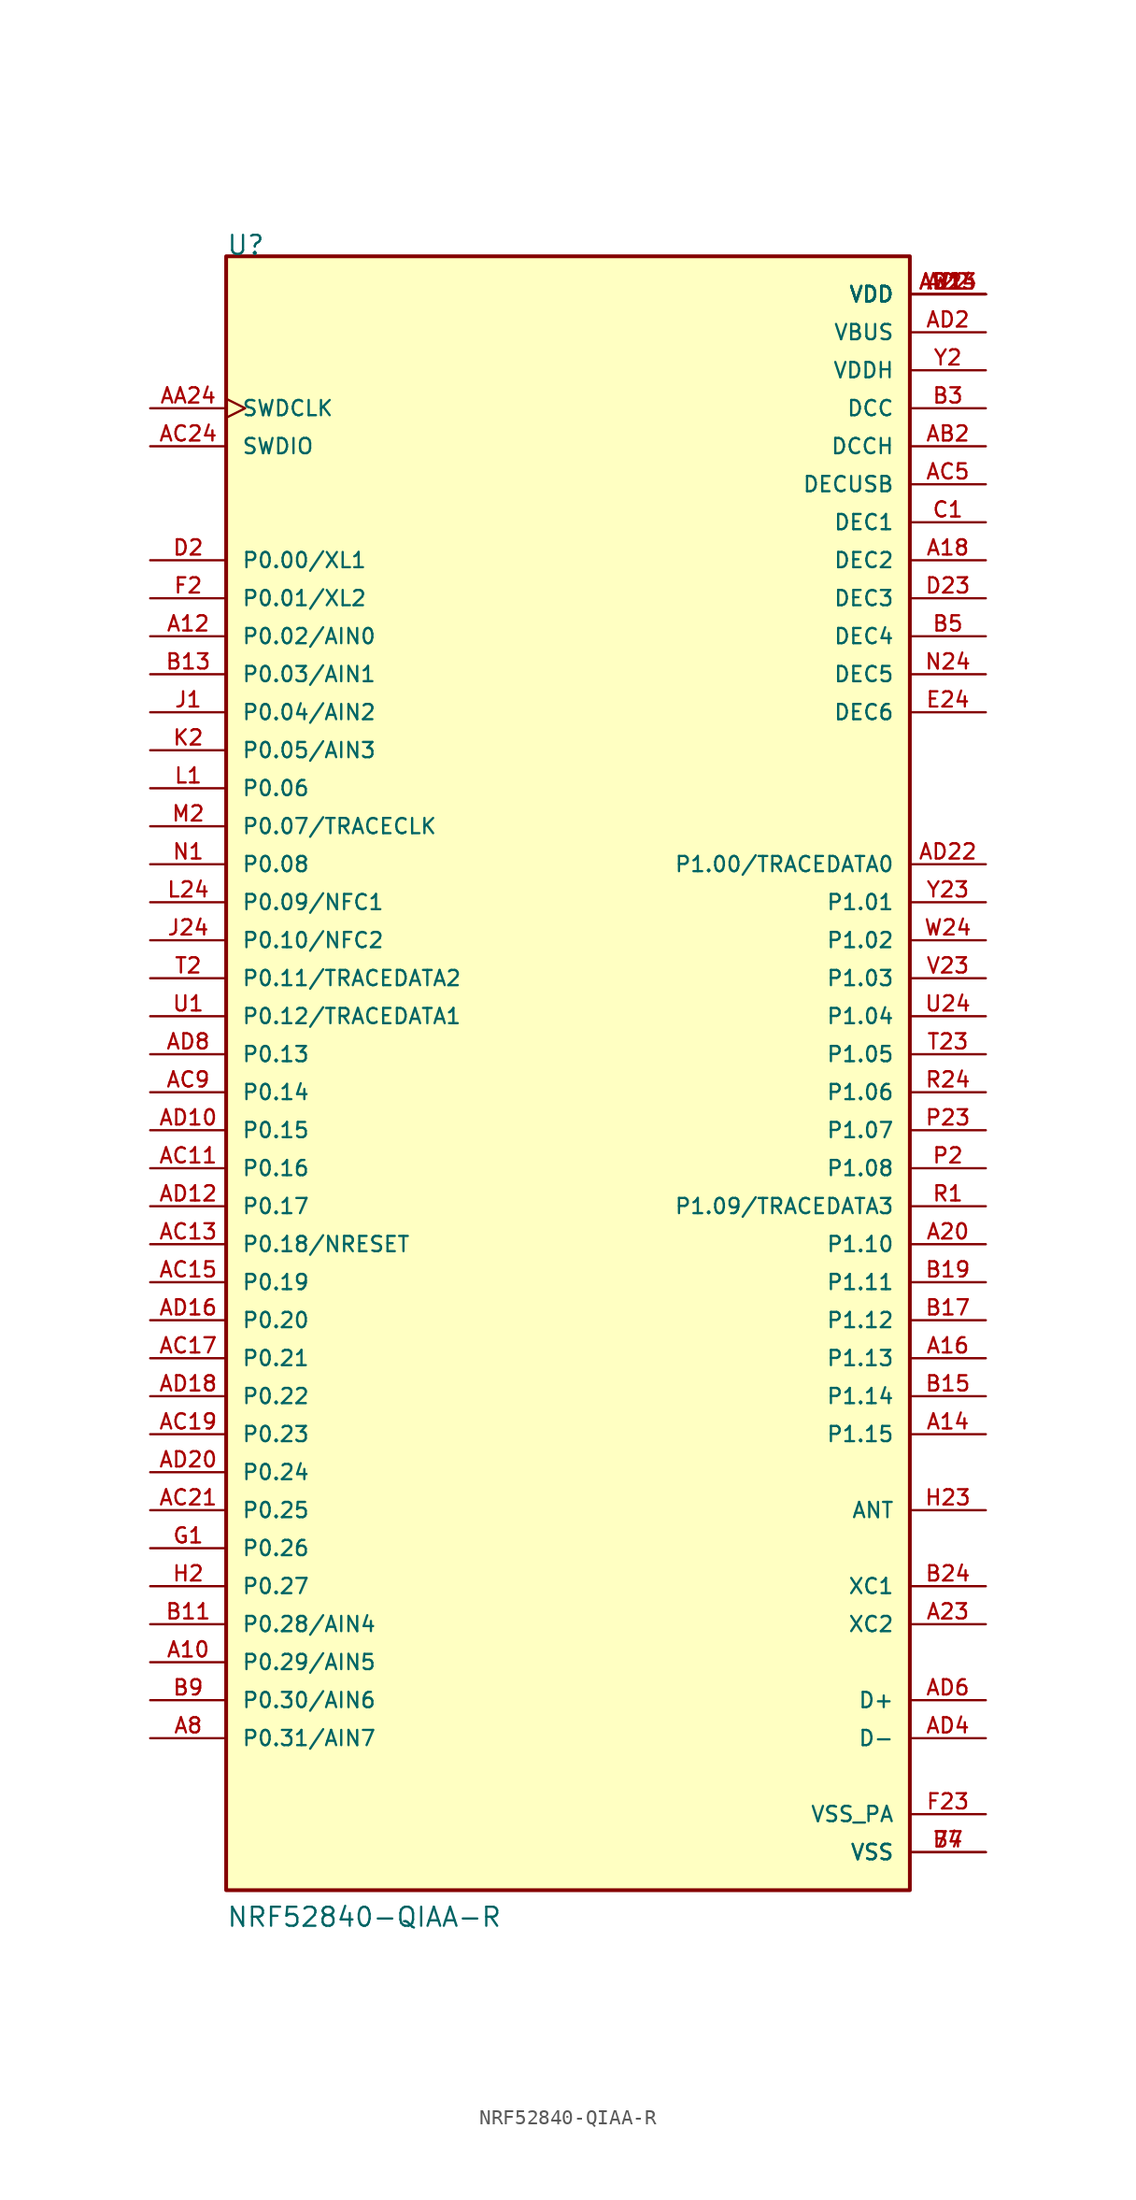
<source format=kicad_sym>
(kicad_symbol_lib
  (version 20211014)
  (generator kicad_symbol_editor)
  (symbol "NRF52840-QIAA-R"
    (pin_names
      (offset 1.016))
    (property "Reference" "U"
      (at -22.86 53.34 0)
      (effects (font (size 1.27 1.27)) (justify bottom left)))
    (property "Value" "NRF52840-QIAA-R"
      (at -22.86 -58.42 0)
      (effects (font (size 1.27 1.27)) (justify bottom left)))
    (symbol "NRF52840-QIAA-R_0_0"
      (rectangle (start -22.86 -55.88) (end 22.86 53.34) (stroke (width 0.254)) (fill (type background)))
      (pin bidirectional line (at -27.94 40.64 0) (length 5.08) (name "SWDIO" (effects (font (size 1.016 1.016)))) (number "AC24" (effects (font (size 1.016 1.016)))))
      (pin bidirectional line (at -27.94 33.02 0) (length 5.08) (name "P0.00/XL1" (effects (font (size 1.016 1.016)))) (number "D2" (effects (font (size 1.016 1.016)))))
      (pin bidirectional line (at -27.94 30.48 0) (length 5.08) (name "P0.01/XL2" (effects (font (size 1.016 1.016)))) (number "F2" (effects (font (size 1.016 1.016)))))
      (pin bidirectional line (at -27.94 27.94 0) (length 5.08) (name "P0.02/AIN0" (effects (font (size 1.016 1.016)))) (number "A12" (effects (font (size 1.016 1.016)))))
      (pin bidirectional line (at -27.94 25.4 0) (length 5.08) (name "P0.03/AIN1" (effects (font (size 1.016 1.016)))) (number "B13" (effects (font (size 1.016 1.016)))))
      (pin bidirectional line (at -27.94 22.86 0) (length 5.08) (name "P0.04/AIN2" (effects (font (size 1.016 1.016)))) (number "J1" (effects (font (size 1.016 1.016)))))
      (pin bidirectional line (at -27.94 20.32 0) (length 5.08) (name "P0.05/AIN3" (effects (font (size 1.016 1.016)))) (number "K2" (effects (font (size 1.016 1.016)))))
      (pin bidirectional line (at -27.94 17.78 0) (length 5.08) (name "P0.06" (effects (font (size 1.016 1.016)))) (number "L1" (effects (font (size 1.016 1.016)))))
      (pin bidirectional line (at -27.94 15.24 0) (length 5.08) (name "P0.07/TRACECLK" (effects (font (size 1.016 1.016)))) (number "M2" (effects (font (size 1.016 1.016)))))
      (pin bidirectional line (at -27.94 12.7 0) (length 5.08) (name "P0.08" (effects (font (size 1.016 1.016)))) (number "N1" (effects (font (size 1.016 1.016)))))
      (pin bidirectional line (at -27.94 10.16 0) (length 5.08) (name "P0.09/NFC1" (effects (font (size 1.016 1.016)))) (number "L24" (effects (font (size 1.016 1.016)))))
      (pin bidirectional line (at -27.94 7.62 0) (length 5.08) (name "P0.10/NFC2" (effects (font (size 1.016 1.016)))) (number "J24" (effects (font (size 1.016 1.016)))))
      (pin bidirectional line (at -27.94 5.08 0) (length 5.08) (name "P0.11/TRACEDATA2" (effects (font (size 1.016 1.016)))) (number "T2" (effects (font (size 1.016 1.016)))))
      (pin bidirectional line (at -27.94 2.54 0) (length 5.08) (name "P0.12/TRACEDATA1" (effects (font (size 1.016 1.016)))) (number "U1" (effects (font (size 1.016 1.016)))))
      (pin bidirectional line (at -27.94 0.0 0) (length 5.08) (name "P0.13" (effects (font (size 1.016 1.016)))) (number "AD8" (effects (font (size 1.016 1.016)))))
      (pin bidirectional line (at -27.94 -2.54 0) (length 5.08) (name "P0.14" (effects (font (size 1.016 1.016)))) (number "AC9" (effects (font (size 1.016 1.016)))))
      (pin bidirectional line (at -27.94 -5.08 0) (length 5.08) (name "P0.15" (effects (font (size 1.016 1.016)))) (number "AD10" (effects (font (size 1.016 1.016)))))
      (pin bidirectional line (at -27.94 -7.62 0) (length 5.08) (name "P0.16" (effects (font (size 1.016 1.016)))) (number "AC11" (effects (font (size 1.016 1.016)))))
      (pin bidirectional line (at -27.94 -10.16 0) (length 5.08) (name "P0.17" (effects (font (size 1.016 1.016)))) (number "AD12" (effects (font (size 1.016 1.016)))))
      (pin bidirectional line (at -27.94 -12.7 0) (length 5.08) (name "P0.18/NRESET" (effects (font (size 1.016 1.016)))) (number "AC13" (effects (font (size 1.016 1.016)))))
      (pin bidirectional line (at -27.94 -15.24 0) (length 5.08) (name "P0.19" (effects (font (size 1.016 1.016)))) (number "AC15" (effects (font (size 1.016 1.016)))))
      (pin bidirectional line (at -27.94 -17.78 0) (length 5.08) (name "P0.20" (effects (font (size 1.016 1.016)))) (number "AD16" (effects (font (size 1.016 1.016)))))
      (pin bidirectional line (at -27.94 -20.32 0) (length 5.08) (name "P0.21" (effects (font (size 1.016 1.016)))) (number "AC17" (effects (font (size 1.016 1.016)))))
      (pin bidirectional line (at -27.94 -22.86 0) (length 5.08) (name "P0.22" (effects (font (size 1.016 1.016)))) (number "AD18" (effects (font (size 1.016 1.016)))))
      (pin bidirectional line (at -27.94 -25.4 0) (length 5.08) (name "P0.23" (effects (font (size 1.016 1.016)))) (number "AC19" (effects (font (size 1.016 1.016)))))
      (pin bidirectional line (at -27.94 -27.94 0) (length 5.08) (name "P0.24" (effects (font (size 1.016 1.016)))) (number "AD20" (effects (font (size 1.016 1.016)))))
      (pin bidirectional line (at -27.94 -30.48 0) (length 5.08) (name "P0.25" (effects (font (size 1.016 1.016)))) (number "AC21" (effects (font (size 1.016 1.016)))))
      (pin bidirectional line (at -27.94 -33.02 0) (length 5.08) (name "P0.26" (effects (font (size 1.016 1.016)))) (number "G1" (effects (font (size 1.016 1.016)))))
      (pin bidirectional line (at -27.94 -35.56 0) (length 5.08) (name "P0.27" (effects (font (size 1.016 1.016)))) (number "H2" (effects (font (size 1.016 1.016)))))
      (pin bidirectional line (at -27.94 -38.1 0) (length 5.08) (name "P0.28/AIN4" (effects (font (size 1.016 1.016)))) (number "B11" (effects (font (size 1.016 1.016)))))
      (pin bidirectional line (at -27.94 -40.64 0) (length 5.08) (name "P0.29/AIN5" (effects (font (size 1.016 1.016)))) (number "A10" (effects (font (size 1.016 1.016)))))
      (pin bidirectional line (at -27.94 -43.18 0) (length 5.08) (name "P0.30/AIN6" (effects (font (size 1.016 1.016)))) (number "B9" (effects (font (size 1.016 1.016)))))
      (pin bidirectional line (at -27.94 -45.72 0) (length 5.08) (name "P0.31/AIN7" (effects (font (size 1.016 1.016)))) (number "A8" (effects (font (size 1.016 1.016)))))
      (pin bidirectional line (at 27.94 12.7 180.0) (length 5.08) (name "P1.00/TRACEDATA0" (effects (font (size 1.016 1.016)))) (number "AD22" (effects (font (size 1.016 1.016)))))
      (pin bidirectional line (at 27.94 10.16 180.0) (length 5.08) (name "P1.01" (effects (font (size 1.016 1.016)))) (number "Y23" (effects (font (size 1.016 1.016)))))
      (pin bidirectional line (at 27.94 7.62 180.0) (length 5.08) (name "P1.02" (effects (font (size 1.016 1.016)))) (number "W24" (effects (font (size 1.016 1.016)))))
      (pin bidirectional line (at 27.94 5.08 180.0) (length 5.08) (name "P1.03" (effects (font (size 1.016 1.016)))) (number "V23" (effects (font (size 1.016 1.016)))))
      (pin bidirectional line (at 27.94 2.54 180.0) (length 5.08) (name "P1.04" (effects (font (size 1.016 1.016)))) (number "U24" (effects (font (size 1.016 1.016)))))
      (pin bidirectional line (at 27.94 0.0 180.0) (length 5.08) (name "P1.05" (effects (font (size 1.016 1.016)))) (number "T23" (effects (font (size 1.016 1.016)))))
      (pin bidirectional line (at 27.94 -2.54 180.0) (length 5.08) (name "P1.06" (effects (font (size 1.016 1.016)))) (number "R24" (effects (font (size 1.016 1.016)))))
      (pin bidirectional line (at 27.94 -5.08 180.0) (length 5.08) (name "P1.07" (effects (font (size 1.016 1.016)))) (number "P23" (effects (font (size 1.016 1.016)))))
      (pin bidirectional line (at 27.94 -7.62 180.0) (length 5.08) (name "P1.08" (effects (font (size 1.016 1.016)))) (number "P2" (effects (font (size 1.016 1.016)))))
      (pin bidirectional line (at 27.94 -10.16 180.0) (length 5.08) (name "P1.09/TRACEDATA3" (effects (font (size 1.016 1.016)))) (number "R1" (effects (font (size 1.016 1.016)))))
      (pin bidirectional line (at 27.94 -12.7 180.0) (length 5.08) (name "P1.10" (effects (font (size 1.016 1.016)))) (number "A20" (effects (font (size 1.016 1.016)))))
      (pin bidirectional line (at 27.94 -15.24 180.0) (length 5.08) (name "P1.11" (effects (font (size 1.016 1.016)))) (number "B19" (effects (font (size 1.016 1.016)))))
      (pin bidirectional line (at 27.94 -17.78 180.0) (length 5.08) (name "P1.12" (effects (font (size 1.016 1.016)))) (number "B17" (effects (font (size 1.016 1.016)))))
      (pin bidirectional line (at 27.94 -20.32 180.0) (length 5.08) (name "P1.13" (effects (font (size 1.016 1.016)))) (number "A16" (effects (font (size 1.016 1.016)))))
      (pin bidirectional line (at 27.94 -22.86 180.0) (length 5.08) (name "P1.14" (effects (font (size 1.016 1.016)))) (number "B15" (effects (font (size 1.016 1.016)))))
      (pin bidirectional line (at 27.94 -25.4 180.0) (length 5.08) (name "P1.15" (effects (font (size 1.016 1.016)))) (number "A14" (effects (font (size 1.016 1.016)))))
      (pin input clock (at -27.94 43.18 0) (length 5.08) (name "SWDCLK" (effects (font (size 1.016 1.016)))) (number "AA24" (effects (font (size 1.016 1.016)))))
      (pin input line (at 27.94 -35.56 180.0) (length 5.08) (name "XC1" (effects (font (size 1.016 1.016)))) (number "B24" (effects (font (size 1.016 1.016)))))
      (pin input line (at 27.94 -38.1 180.0) (length 5.08) (name "XC2" (effects (font (size 1.016 1.016)))) (number "A23" (effects (font (size 1.016 1.016)))))
      (pin passive line (at 27.94 -30.48 180.0) (length 5.08) (name "ANT" (effects (font (size 1.016 1.016)))) (number "H23" (effects (font (size 1.016 1.016)))))
      (pin bidirectional line (at 27.94 -45.72 180.0) (length 5.08) (name "D-" (effects (font (size 1.016 1.016)))) (number "AD4" (effects (font (size 1.016 1.016)))))
      (pin bidirectional line (at 27.94 -43.18 180.0) (length 5.08) (name "D+" (effects (font (size 1.016 1.016)))) (number "AD6" (effects (font (size 1.016 1.016)))))
      (pin power_in line (at 27.94 43.18 180.0) (length 5.08) (name "DCC" (effects (font (size 1.016 1.016)))) (number "B3" (effects (font (size 1.016 1.016)))))
      (pin power_in line (at 27.94 40.64 180.0) (length 5.08) (name "DCCH" (effects (font (size 1.016 1.016)))) (number "AB2" (effects (font (size 1.016 1.016)))))
      (pin power_in line (at 27.94 35.56 180.0) (length 5.08) (name "DEC1" (effects (font (size 1.016 1.016)))) (number "C1" (effects (font (size 1.016 1.016)))))
      (pin power_in line (at 27.94 27.94 180.0) (length 5.08) (name "DEC4" (effects (font (size 1.016 1.016)))) (number "B5" (effects (font (size 1.016 1.016)))))
      (pin power_in line (at 27.94 25.4 180.0) (length 5.08) (name "DEC5" (effects (font (size 1.016 1.016)))) (number "N24" (effects (font (size 1.016 1.016)))))
      (pin power_in line (at 27.94 22.86 180.0) (length 5.08) (name "DEC6" (effects (font (size 1.016 1.016)))) (number "E24" (effects (font (size 1.016 1.016)))))
      (pin power_in line (at 27.94 38.1 180.0) (length 5.08) (name "DECUSB" (effects (font (size 1.016 1.016)))) (number "AC5" (effects (font (size 1.016 1.016)))))
      (pin power_in line (at 27.94 48.26 180.0) (length 5.08) (name "VBUS" (effects (font (size 1.016 1.016)))) (number "AD2" (effects (font (size 1.016 1.016)))))
      (pin power_in line (at 27.94 50.8 180.0) (length 5.08) (name "VDD" (effects (font (size 1.016 1.016)))) (number "A22" (effects (font (size 1.016 1.016)))))
      (pin power_in line (at 27.94 50.8 180.0) (length 5.08) (name "VDD" (effects (font (size 1.016 1.016)))) (number "AD14" (effects (font (size 1.016 1.016)))))
      (pin power_in line (at 27.94 50.8 180.0) (length 5.08) (name "VDD" (effects (font (size 1.016 1.016)))) (number "AD23" (effects (font (size 1.016 1.016)))))
      (pin power_in line (at 27.94 50.8 180.0) (length 5.08) (name "VDD" (effects (font (size 1.016 1.016)))) (number "B1" (effects (font (size 1.016 1.016)))))
      (pin power_in line (at 27.94 50.8 180.0) (length 5.08) (name "VDD" (effects (font (size 1.016 1.016)))) (number "W1" (effects (font (size 1.016 1.016)))))
      (pin power_in line (at 27.94 45.72 180.0) (length 5.08) (name "VDDH" (effects (font (size 1.016 1.016)))) (number "Y2" (effects (font (size 1.016 1.016)))))
      (pin power_in line (at 27.94 -53.34 180.0) (length 5.08) (name "VSS" (effects (font (size 1.016 1.016)))) (number "74" (effects (font (size 1.016 1.016)))))
      (pin power_in line (at 27.94 -53.34 180.0) (length 5.08) (name "VSS" (effects (font (size 1.016 1.016)))) (number "B7" (effects (font (size 1.016 1.016)))))
      (pin power_in line (at 27.94 -50.8 180.0) (length 5.08) (name "VSS_PA" (effects (font (size 1.016 1.016)))) (number "F23" (effects (font (size 1.016 1.016)))))
      (pin power_in line (at 27.94 30.48 180.0) (length 5.08) (name "DEC3" (effects (font (size 1.016 1.016)))) (number "D23" (effects (font (size 1.016 1.016)))))
      (pin power_in line (at 27.94 33.02 180.0) (length 5.08) (name "DEC2" (effects (font (size 1.016 1.016)))) (number "A18" (effects (font (size 1.016 1.016))))))))
</source>
